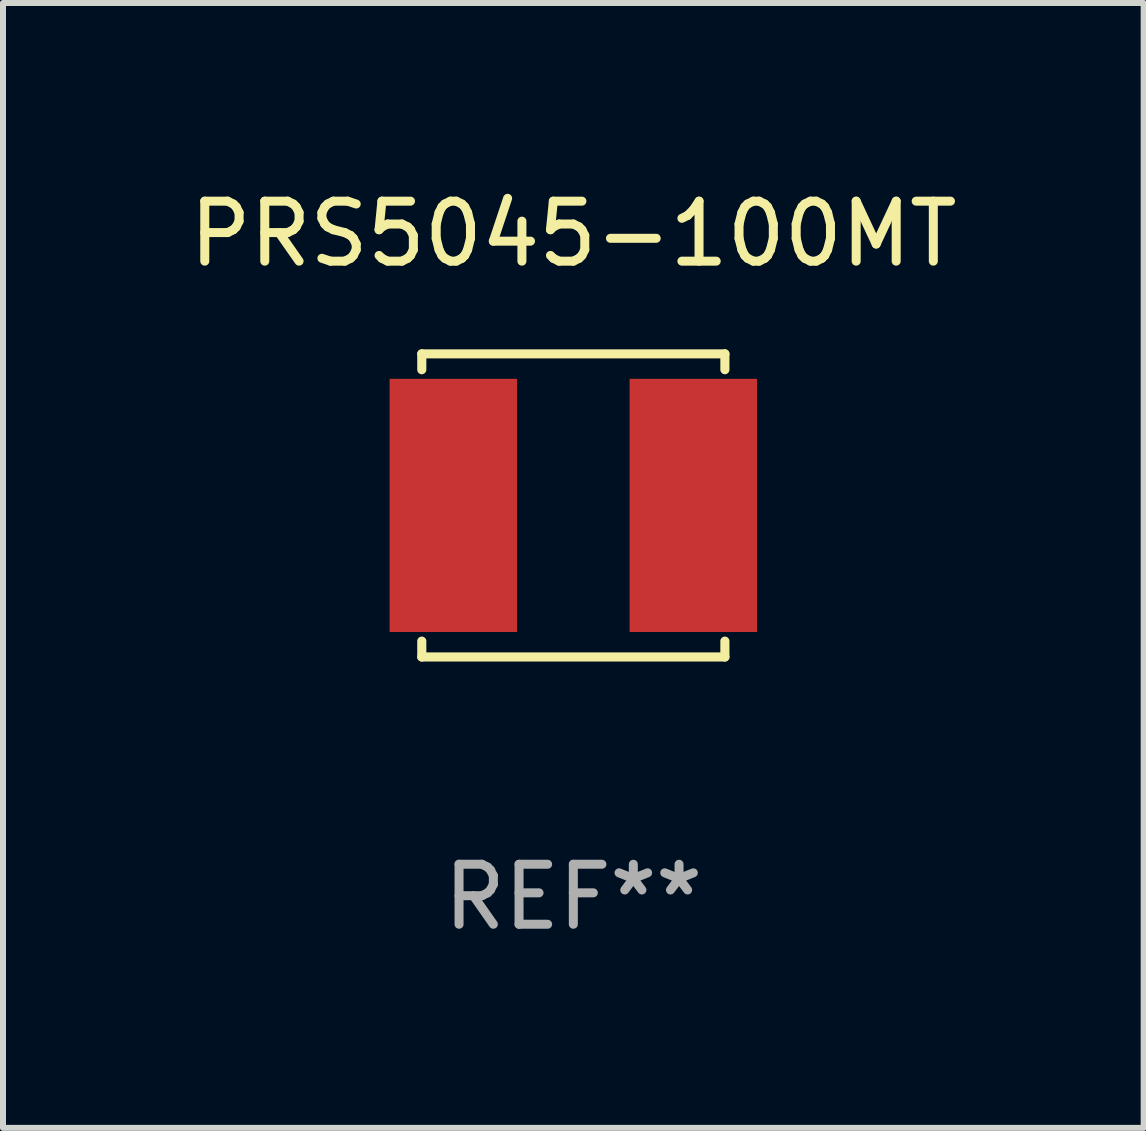
<source format=kicad_pcb>
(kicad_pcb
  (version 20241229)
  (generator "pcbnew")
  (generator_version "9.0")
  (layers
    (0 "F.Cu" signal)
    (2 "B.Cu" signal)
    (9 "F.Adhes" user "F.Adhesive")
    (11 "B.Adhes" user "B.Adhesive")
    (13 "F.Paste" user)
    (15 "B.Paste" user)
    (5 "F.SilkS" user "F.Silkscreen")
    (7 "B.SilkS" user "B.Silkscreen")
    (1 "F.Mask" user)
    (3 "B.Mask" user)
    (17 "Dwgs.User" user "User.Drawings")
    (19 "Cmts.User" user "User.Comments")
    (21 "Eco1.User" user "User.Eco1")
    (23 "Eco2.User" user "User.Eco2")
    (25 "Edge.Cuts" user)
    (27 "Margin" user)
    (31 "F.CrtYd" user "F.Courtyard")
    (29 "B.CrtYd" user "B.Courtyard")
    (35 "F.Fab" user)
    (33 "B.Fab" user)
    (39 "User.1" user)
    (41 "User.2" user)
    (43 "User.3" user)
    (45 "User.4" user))
  (footprint "PRS5045-100MT"
    (layer "F.Cu")
    (at 6.506 5.374)
    (property "Reference" "PRS5045-100MT" (at 0 -4.526 0) (layer "F.SilkS") (effects (font (size 1 1) (thickness 0.15))))
    (attr through_hole)
    (fp_line (start -2.526 -2.526) (end 2.526 -2.526) (stroke (width 0.152) (type solid)) (layer "F.SilkS"))
    (fp_line (start -2.526 -2.262) (end -2.526 -2.526) (stroke (width 0.152) (type solid)) (layer "F.SilkS"))
    (fp_line (start -2.526 2.262) (end -2.526 2.526) (stroke (width 0.152) (type solid)) (layer "F.SilkS"))
    (fp_line (start -2.526 2.526) (end 2.526 2.526) (stroke (width 0.152) (type solid)) (layer "F.SilkS"))
    (fp_line (start 2.526 -2.526) (end 2.526 -2.262) (stroke (width 0.152) (type solid)) (layer "F.SilkS"))
    (fp_line (start 2.526 2.526) (end 2.526 2.262) (stroke (width 0.152) (type solid)) (layer "F.SilkS"))
    (fp_circle (center 2.5 -2.5) (end 2.53 -2.5) (stroke (width 0.06) (type solid)) (fill no) (layer "F.SilkS"))
    (fp_text user "REF**" (at 0 6.526 0) (layer "F.Fab") (effects (font (size 1 1) (thickness 0.15))))
    (pad "1" smd rect (at 2 0) (size 2.124 4.22) (layers "F.Cu" "F.Mask" "F.Paste"))
    (pad "2" smd rect (at -2 0) (size 2.124 4.22) (layers "F.Cu" "F.Mask" "F.Paste")))
  (gr_rect
    (start -3 -3)
    (end 16.012 15.749)
    (stroke (width 0.1) (type default))
    (fill no)
    (layer "Edge.Cuts")))
</source>
